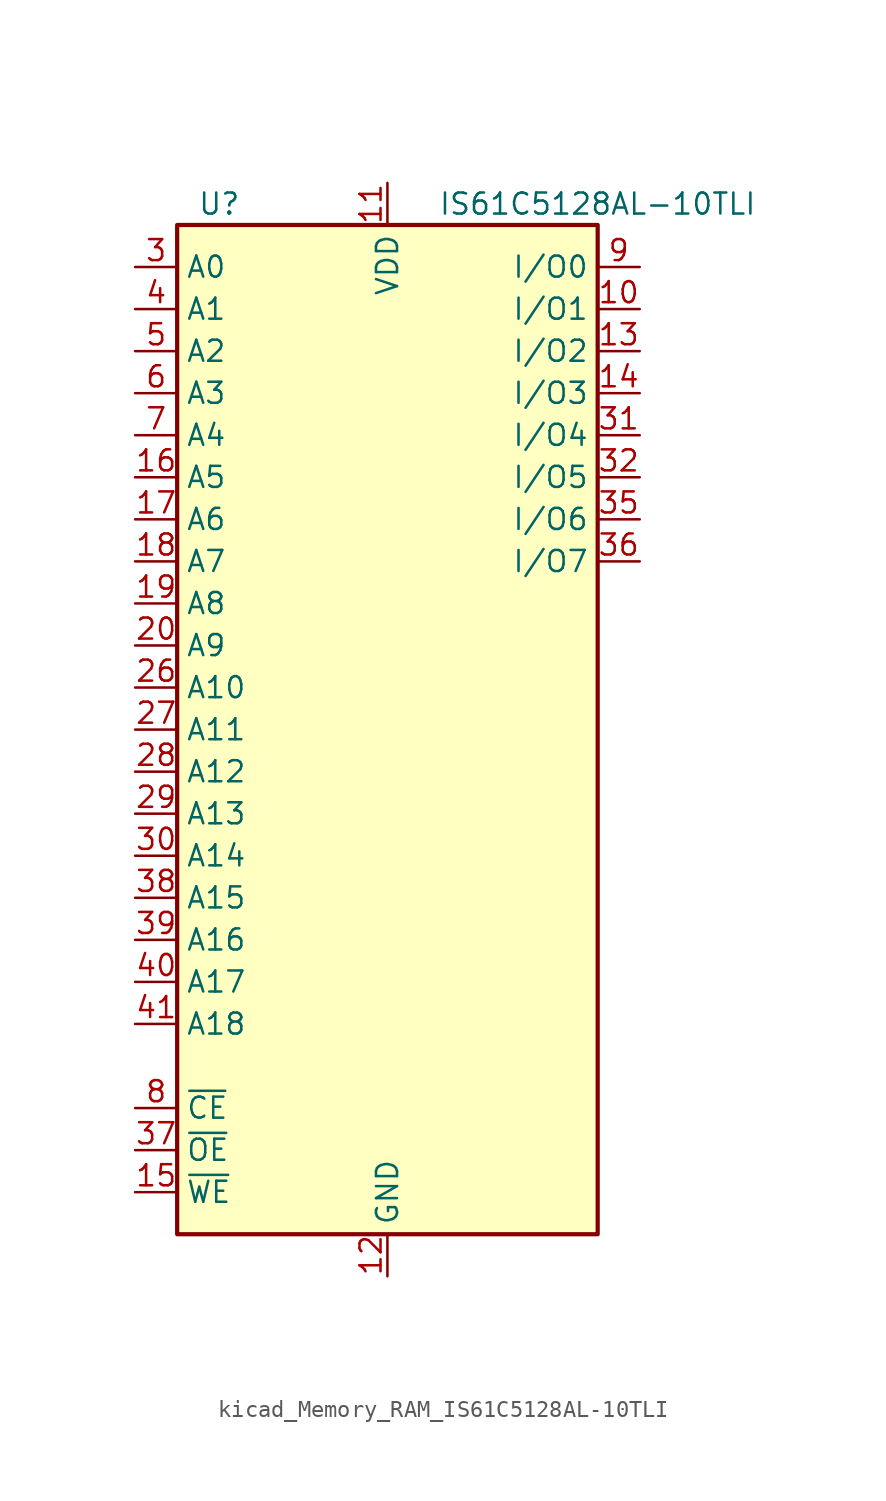
<source format=kicad_sym>
(kicad_symbol_lib
  (version 20220914)
  (generator kicad_symbol_editor)
  (symbol "kicad_Memory_RAM_IS61C5128AL-10TLI"
    (property "Reference" "U"
      (at -10.16 31.75 0)
      (effects (font (size 1.27 1.27))))
    (property "Value" "IS61C5128AL-10TLI"
      (at 12.7 31.75 0)
      (effects (font (size 1.27 1.27))))
    (symbol "kicad_Memory_RAM_IS61C5128AL-10TLI_0_1"
      (rectangle (start -12.7 30.48) (end 12.7 -30.48) (stroke (width 0.254) (type default)) (fill (type background))))
    (symbol "kicad_Memory_RAM_IS61C5128AL-10TLI_1_1"
      (pin no_connect line (at 12.7 -27.94 180) (length 2.54) hide (name "NC" (effects (font (size 1.27 1.27)))) (number "1" (effects (font (size 1.27 1.27)))))
      (pin bidirectional line (at 15.24 25.4 180) (length 2.54) (name "I/O1" (effects (font (size 1.27 1.27)))) (number "10" (effects (font (size 1.27 1.27)))))
      (pin power_in line (at 0 33.02 270) (length 2.54) (name "VDD" (effects (font (size 1.27 1.27)))) (number "11" (effects (font (size 1.27 1.27)))))
      (pin power_in line (at 0 -33.02 90) (length 2.54) (name "GND" (effects (font (size 1.27 1.27)))) (number "12" (effects (font (size 1.27 1.27)))))
      (pin bidirectional line (at 15.24 22.86 180) (length 2.54) (name "I/O2" (effects (font (size 1.27 1.27)))) (number "13" (effects (font (size 1.27 1.27)))))
      (pin bidirectional line (at 15.24 20.32 180) (length 2.54) (name "I/O3" (effects (font (size 1.27 1.27)))) (number "14" (effects (font (size 1.27 1.27)))))
      (pin input line (at -15.24 -27.94 0) (length 2.54) (name "~{WE}" (effects (font (size 1.27 1.27)))) (number "15" (effects (font (size 1.27 1.27)))))
      (pin input line (at -15.24 15.24 0) (length 2.54) (name "A5" (effects (font (size 1.27 1.27)))) (number "16" (effects (font (size 1.27 1.27)))))
      (pin input line (at -15.24 12.7 0) (length 2.54) (name "A6" (effects (font (size 1.27 1.27)))) (number "17" (effects (font (size 1.27 1.27)))))
      (pin input line (at -15.24 10.16 0) (length 2.54) (name "A7" (effects (font (size 1.27 1.27)))) (number "18" (effects (font (size 1.27 1.27)))))
      (pin input line (at -15.24 7.62 0) (length 2.54) (name "A8" (effects (font (size 1.27 1.27)))) (number "19" (effects (font (size 1.27 1.27)))))
      (pin no_connect line (at 12.7 -25.4 180) (length 2.54) hide (name "NC" (effects (font (size 1.27 1.27)))) (number "2" (effects (font (size 1.27 1.27)))))
      (pin input line (at -15.24 5.08 0) (length 2.54) (name "A9" (effects (font (size 1.27 1.27)))) (number "20" (effects (font (size 1.27 1.27)))))
      (pin no_connect line (at 12.7 -22.86 180) (length 2.54) hide (name "NC" (effects (font (size 1.27 1.27)))) (number "21" (effects (font (size 1.27 1.27)))))
      (pin no_connect line (at 12.7 -20.32 180) (length 2.54) hide (name "NC" (effects (font (size 1.27 1.27)))) (number "22" (effects (font (size 1.27 1.27)))))
      (pin no_connect line (at 12.7 -17.78 180) (length 2.54) hide (name "NC" (effects (font (size 1.27 1.27)))) (number "23" (effects (font (size 1.27 1.27)))))
      (pin no_connect line (at 12.7 -15.24 180) (length 2.54) hide (name "NC" (effects (font (size 1.27 1.27)))) (number "24" (effects (font (size 1.27 1.27)))))
      (pin no_connect line (at 12.7 -12.7 180) (length 2.54) hide (name "NC" (effects (font (size 1.27 1.27)))) (number "25" (effects (font (size 1.27 1.27)))))
      (pin input line (at -15.24 2.54 0) (length 2.54) (name "A10" (effects (font (size 1.27 1.27)))) (number "26" (effects (font (size 1.27 1.27)))))
      (pin input line (at -15.24 0 0) (length 2.54) (name "A11" (effects (font (size 1.27 1.27)))) (number "27" (effects (font (size 1.27 1.27)))))
      (pin input line (at -15.24 -2.54 0) (length 2.54) (name "A12" (effects (font (size 1.27 1.27)))) (number "28" (effects (font (size 1.27 1.27)))))
      (pin input line (at -15.24 -5.08 0) (length 2.54) (name "A13" (effects (font (size 1.27 1.27)))) (number "29" (effects (font (size 1.27 1.27)))))
      (pin input line (at -15.24 27.94 0) (length 2.54) (name "A0" (effects (font (size 1.27 1.27)))) (number "3" (effects (font (size 1.27 1.27)))))
      (pin input line (at -15.24 -7.62 0) (length 2.54) (name "A14" (effects (font (size 1.27 1.27)))) (number "30" (effects (font (size 1.27 1.27)))))
      (pin bidirectional line (at 15.24 17.78 180) (length 2.54) (name "I/O4" (effects (font (size 1.27 1.27)))) (number "31" (effects (font (size 1.27 1.27)))))
      (pin bidirectional line (at 15.24 15.24 180) (length 2.54) (name "I/O5" (effects (font (size 1.27 1.27)))) (number "32" (effects (font (size 1.27 1.27)))))
      (pin passive line (at 0 33.02 270) (length 2.54) hide (name "VDD" (effects (font (size 1.27 1.27)))) (number "33" (effects (font (size 1.27 1.27)))))
      (pin passive line (at 0 -33.02 90) (length 2.54) hide (name "GND" (effects (font (size 1.27 1.27)))) (number "34" (effects (font (size 1.27 1.27)))))
      (pin bidirectional line (at 15.24 12.7 180) (length 2.54) (name "I/O6" (effects (font (size 1.27 1.27)))) (number "35" (effects (font (size 1.27 1.27)))))
      (pin bidirectional line (at 15.24 10.16 180) (length 2.54) (name "I/O7" (effects (font (size 1.27 1.27)))) (number "36" (effects (font (size 1.27 1.27)))))
      (pin input line (at -15.24 -25.4 0) (length 2.54) (name "~{OE}" (effects (font (size 1.27 1.27)))) (number "37" (effects (font (size 1.27 1.27)))))
      (pin input line (at -15.24 -10.16 0) (length 2.54) (name "A15" (effects (font (size 1.27 1.27)))) (number "38" (effects (font (size 1.27 1.27)))))
      (pin input line (at -15.24 -12.7 0) (length 2.54) (name "A16" (effects (font (size 1.27 1.27)))) (number "39" (effects (font (size 1.27 1.27)))))
      (pin input line (at -15.24 25.4 0) (length 2.54) (name "A1" (effects (font (size 1.27 1.27)))) (number "4" (effects (font (size 1.27 1.27)))))
      (pin input line (at -15.24 -15.24 0) (length 2.54) (name "A17" (effects (font (size 1.27 1.27)))) (number "40" (effects (font (size 1.27 1.27)))))
      (pin input line (at -15.24 -17.78 0) (length 2.54) (name "A18" (effects (font (size 1.27 1.27)))) (number "41" (effects (font (size 1.27 1.27)))))
      (pin no_connect line (at 12.7 -10.16 180) (length 2.54) hide (name "NC" (effects (font (size 1.27 1.27)))) (number "42" (effects (font (size 1.27 1.27)))))
      (pin no_connect line (at 12.7 -7.62 180) (length 2.54) hide (name "NC" (effects (font (size 1.27 1.27)))) (number "43" (effects (font (size 1.27 1.27)))))
      (pin no_connect line (at 12.7 -5.08 180) (length 2.54) hide (name "NC" (effects (font (size 1.27 1.27)))) (number "44" (effects (font (size 1.27 1.27)))))
      (pin input line (at -15.24 22.86 0) (length 2.54) (name "A2" (effects (font (size 1.27 1.27)))) (number "5" (effects (font (size 1.27 1.27)))))
      (pin input line (at -15.24 20.32 0) (length 2.54) (name "A3" (effects (font (size 1.27 1.27)))) (number "6" (effects (font (size 1.27 1.27)))))
      (pin input line (at -15.24 17.78 0) (length 2.54) (name "A4" (effects (font (size 1.27 1.27)))) (number "7" (effects (font (size 1.27 1.27)))))
      (pin input line (at -15.24 -22.86 0) (length 2.54) (name "~{CE}" (effects (font (size 1.27 1.27)))) (number "8" (effects (font (size 1.27 1.27)))))
      (pin bidirectional line (at 15.24 27.94 180) (length 2.54) (name "I/O0" (effects (font (size 1.27 1.27)))) (number "9" (effects (font (size 1.27 1.27))))))))
</source>
